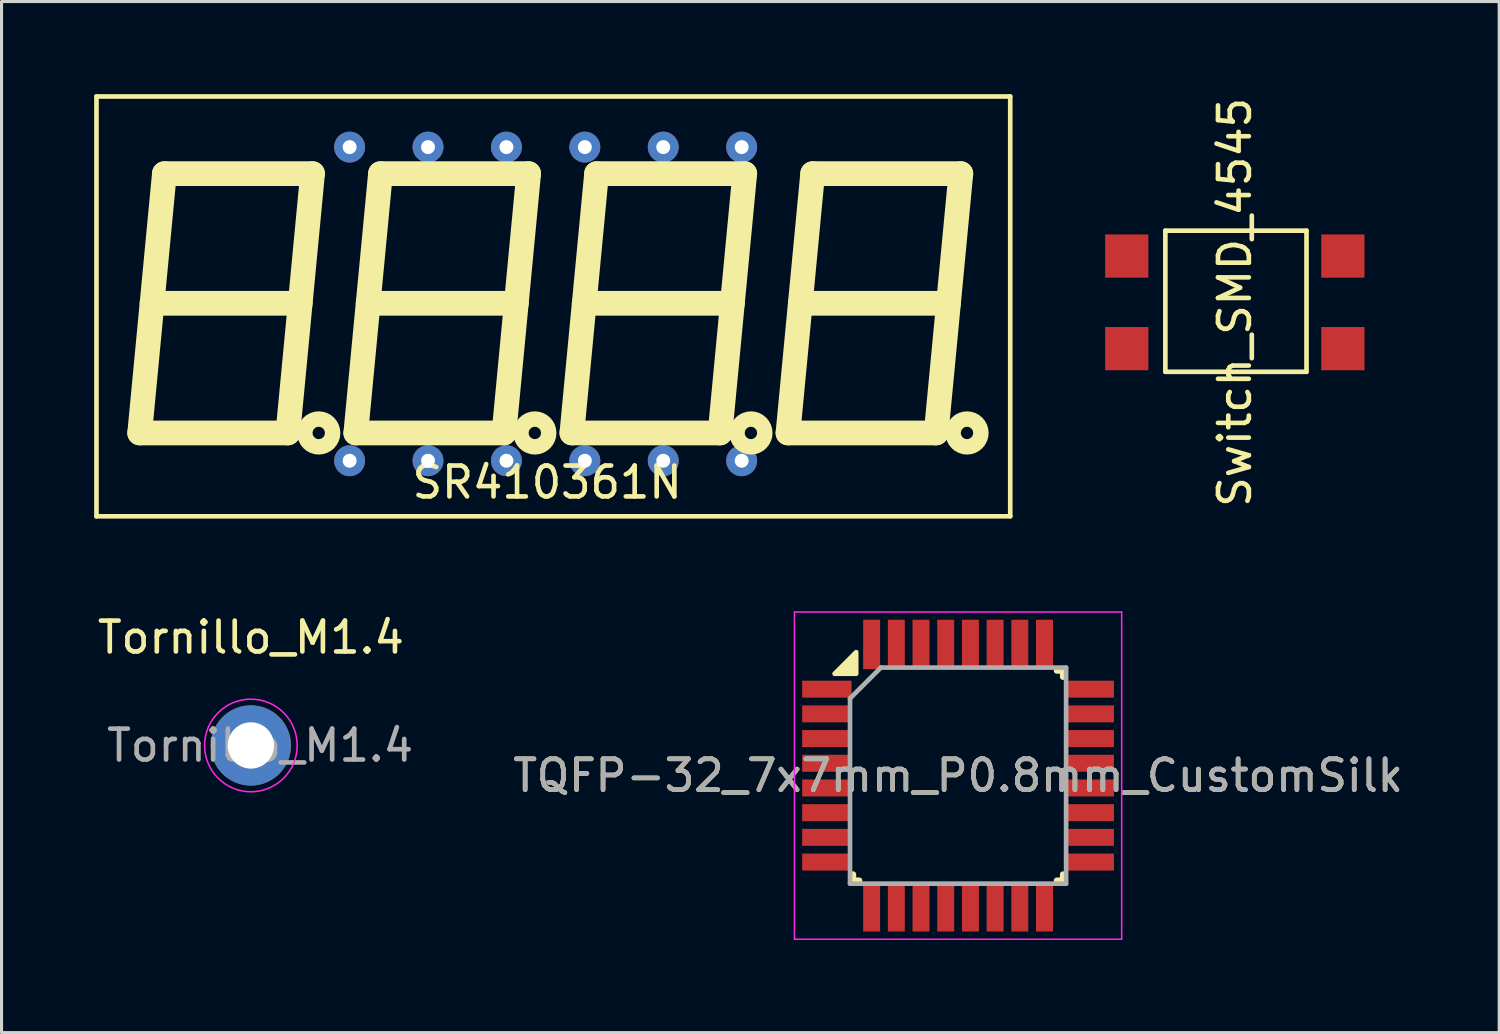
<source format=kicad_pcb>
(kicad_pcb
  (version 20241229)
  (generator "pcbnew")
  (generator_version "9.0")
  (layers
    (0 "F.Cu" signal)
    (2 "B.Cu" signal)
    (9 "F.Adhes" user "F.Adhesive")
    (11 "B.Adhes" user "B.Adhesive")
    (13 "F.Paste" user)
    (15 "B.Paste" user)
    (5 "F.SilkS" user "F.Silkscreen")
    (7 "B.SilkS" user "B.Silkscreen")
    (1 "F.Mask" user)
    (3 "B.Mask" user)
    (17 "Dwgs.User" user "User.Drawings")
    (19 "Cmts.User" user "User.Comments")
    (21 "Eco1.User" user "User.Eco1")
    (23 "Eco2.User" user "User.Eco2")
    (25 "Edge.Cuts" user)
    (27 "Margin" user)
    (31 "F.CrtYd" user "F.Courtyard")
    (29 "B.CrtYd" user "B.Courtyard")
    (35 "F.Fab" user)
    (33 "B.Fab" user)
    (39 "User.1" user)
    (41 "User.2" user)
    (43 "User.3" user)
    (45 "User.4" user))
  (footprint "TQFP-32_7x7mm_P0.8mm_CustomSilk"
    (layer "F.Cu")
    (at 27.985 22.075)
    (property "Reference" "TQFP-32_7x7mm_P0.8mm_CustomSilk" (at 0 0 0) (layer "F.SilkS") (effects (font (size 1 1) (thickness 0.15))))
    (attr smd)
    (fp_line (start -3.4 3.2) (end -3.4 3.4) (stroke (width 0.2) (type solid)) (layer "F.SilkS"))
    (fp_line (start -3.4 3.4) (end -3.2 3.4) (stroke (width 0.2) (type solid)) (layer "F.SilkS"))
    (fp_line (start 3.2 -3.4) (end 3.4 -3.4) (stroke (width 0.2) (type solid)) (layer "F.SilkS"))
    (fp_line (start 3.2 3.4) (end 3.4 3.4) (stroke (width 0.2) (type solid)) (layer "F.SilkS"))
    (fp_line (start 3.4 -3.4) (end 3.4 -3.2) (stroke (width 0.2) (type solid)) (layer "F.SilkS"))
    (fp_line (start 3.4 3.4) (end 3.4 3.2) (stroke (width 0.2) (type solid)) (layer "F.SilkS"))
    (fp_poly (pts (xy -4 -3.3) (xy -3.3 -3.3) (xy -3.3 -4)) (stroke (width 0.15) (type solid)) (fill yes) (layer "F.SilkS"))
    (fp_line (start -5.3 -5.3) (end -5.3 5.3) (stroke (width 0.05) (type solid)) (layer "F.CrtYd"))
    (fp_line (start -5.3 -5.3) (end 5.3 -5.3) (stroke (width 0.05) (type solid)) (layer "F.CrtYd"))
    (fp_line (start -5.3 5.3) (end 5.3 5.3) (stroke (width 0.05) (type solid)) (layer "F.CrtYd"))
    (fp_line (start 5.3 -5.3) (end 5.3 5.3) (stroke (width 0.05) (type solid)) (layer "F.CrtYd"))
    (fp_line (start -3.5 -2.5) (end -2.5 -3.5) (stroke (width 0.15) (type solid)) (layer "F.Fab"))
    (fp_line (start -3.5 3.5) (end -3.5 -2.5) (stroke (width 0.15) (type solid)) (layer "F.Fab"))
    (fp_line (start -2.5 -3.5) (end 3.5 -3.5) (stroke (width 0.15) (type solid)) (layer "F.Fab"))
    (fp_line (start 3.5 -3.5) (end 3.5 3.5) (stroke (width 0.15) (type solid)) (layer "F.Fab"))
    (fp_line (start 3.5 3.5) (end -3.5 3.5) (stroke (width 0.15) (type solid)) (layer "F.Fab"))
    (fp_text user "${REFERENCE}" (at 0 0 0) (layer "F.Fab") (effects (font (size 1 1) (thickness 0.15))))
    (pad "1" smd rect (at -4.25 -2.8) (size 1.6 0.55) (layers "F.Cu" "F.Mask" "F.Paste"))
    (pad "2" smd rect (at -4.25 -2) (size 1.6 0.55) (layers "F.Cu" "F.Mask" "F.Paste"))
    (pad "3" smd rect (at -4.25 -1.2) (size 1.6 0.55) (layers "F.Cu" "F.Mask" "F.Paste"))
    (pad "4" smd rect (at -4.25 -0.4) (size 1.6 0.55) (layers "F.Cu" "F.Mask" "F.Paste"))
    (pad "5" smd rect (at -4.25 0.4) (size 1.6 0.55) (layers "F.Cu" "F.Mask" "F.Paste"))
    (pad "6" smd rect (at -4.25 1.2) (size 1.6 0.55) (layers "F.Cu" "F.Mask" "F.Paste"))
    (pad "7" smd rect (at -4.25 2) (size 1.6 0.55) (layers "F.Cu" "F.Mask" "F.Paste"))
    (pad "8" smd rect (at -4.25 2.8) (size 1.6 0.55) (layers "F.Cu" "F.Mask" "F.Paste"))
    (pad "9" smd rect (at -2.8 4.25 90) (size 1.6 0.55) (layers "F.Cu" "F.Mask" "F.Paste"))
    (pad "10" smd rect (at -2 4.25 90) (size 1.6 0.55) (layers "F.Cu" "F.Mask" "F.Paste"))
    (pad "11" smd rect (at -1.2 4.25 90) (size 1.6 0.55) (layers "F.Cu" "F.Mask" "F.Paste"))
    (pad "12" smd rect (at -0.4 4.25 90) (size 1.6 0.55) (layers "F.Cu" "F.Mask" "F.Paste"))
    (pad "13" smd rect (at 0.4 4.25 90) (size 1.6 0.55) (layers "F.Cu" "F.Mask" "F.Paste"))
    (pad "14" smd rect (at 1.2 4.25 90) (size 1.6 0.55) (layers "F.Cu" "F.Mask" "F.Paste"))
    (pad "15" smd rect (at 2 4.25 90) (size 1.6 0.55) (layers "F.Cu" "F.Mask" "F.Paste"))
    (pad "16" smd rect (at 2.8 4.25 90) (size 1.6 0.55) (layers "F.Cu" "F.Mask" "F.Paste"))
    (pad "17" smd rect (at 4.25 2.8) (size 1.6 0.55) (layers "F.Cu" "F.Mask" "F.Paste"))
    (pad "18" smd rect (at 4.25 2) (size 1.6 0.55) (layers "F.Cu" "F.Mask" "F.Paste"))
    (pad "19" smd rect (at 4.25 1.2) (size 1.6 0.55) (layers "F.Cu" "F.Mask" "F.Paste"))
    (pad "20" smd rect (at 4.25 0.4) (size 1.6 0.55) (layers "F.Cu" "F.Mask" "F.Paste"))
    (pad "21" smd rect (at 4.25 -0.4) (size 1.6 0.55) (layers "F.Cu" "F.Mask" "F.Paste"))
    (pad "22" smd rect (at 4.25 -1.2) (size 1.6 0.55) (layers "F.Cu" "F.Mask" "F.Paste"))
    (pad "23" smd rect (at 4.25 -2) (size 1.6 0.55) (layers "F.Cu" "F.Mask" "F.Paste"))
    (pad "24" smd rect (at 4.25 -2.8) (size 1.6 0.55) (layers "F.Cu" "F.Mask" "F.Paste"))
    (pad "25" smd rect (at 2.8 -4.25 90) (size 1.6 0.55) (layers "F.Cu" "F.Mask" "F.Paste"))
    (pad "26" smd rect (at 2 -4.25 90) (size 1.6 0.55) (layers "F.Cu" "F.Mask" "F.Paste"))
    (pad "27" smd rect (at 1.2 -4.25 90) (size 1.6 0.55) (layers "F.Cu" "F.Mask" "F.Paste"))
    (pad "28" smd rect (at 0.4 -4.25 90) (size 1.6 0.55) (layers "F.Cu" "F.Mask" "F.Paste"))
    (pad "29" smd rect (at -0.4 -4.25 90) (size 1.6 0.55) (layers "F.Cu" "F.Mask" "F.Paste"))
    (pad "30" smd rect (at -1.2 -4.25 90) (size 1.6 0.55) (layers "F.Cu" "F.Mask" "F.Paste"))
    (pad "31" smd rect (at -2 -4.25 90) (size 1.6 0.55) (layers "F.Cu" "F.Mask" "F.Paste"))
    (pad "32" smd rect (at -2.8 -4.25 90) (size 1.6 0.55) (layers "F.Cu" "F.Mask" "F.Paste")))
  (footprint "SR410361N"
    (layer "F.Cu")
    (at 14.675 6.775)
    (property "Reference" "SR410361N" (at 0 5.8 0) (layer "F.SilkS") (effects (font (size 1 1) (thickness 0.15))))
    (attr through_hole)
    (fp_line (start -14.6 -6.7) (end 15 -6.7) (stroke (width 0.15) (type solid)) (layer "F.SilkS"))
    (fp_line (start -14.6 6.9) (end -14.6 -6.7) (stroke (width 0.15) (type solid)) (layer "F.SilkS"))
    (fp_line (start -13.2 4.2) (end -8.4 4.2) (stroke (width 0.8) (type solid)) (layer "F.SilkS"))
    (fp_line (start -12.8 0) (end -8 0) (stroke (width 0.8) (type solid)) (layer "F.SilkS"))
    (fp_line (start -12.4 -4.2) (end -13.2 4.2) (stroke (width 0.8) (type solid)) (layer "F.SilkS"))
    (fp_line (start -8.4 4.2) (end -7.6 -4.2) (stroke (width 0.8) (type solid)) (layer "F.SilkS"))
    (fp_line (start -7.6 -4.2) (end -12.4 -4.2) (stroke (width 0.8) (type solid)) (layer "F.SilkS"))
    (fp_line (start -6.2 4.2) (end -1.4 4.2) (stroke (width 0.8) (type solid)) (layer "F.SilkS"))
    (fp_line (start -5.8 0) (end -1 0) (stroke (width 0.8) (type solid)) (layer "F.SilkS"))
    (fp_line (start -5.4 -4.2) (end -6.2 4.2) (stroke (width 0.8) (type solid)) (layer "F.SilkS"))
    (fp_line (start -1.4 4.2) (end -0.6 -4.2) (stroke (width 0.8) (type solid)) (layer "F.SilkS"))
    (fp_line (start -0.6 -4.2) (end -5.4 -4.2) (stroke (width 0.8) (type solid)) (layer "F.SilkS"))
    (fp_line (start 0.8 4.2) (end 5.6 4.2) (stroke (width 0.8) (type solid)) (layer "F.SilkS"))
    (fp_line (start 1.2 0) (end 6 0) (stroke (width 0.8) (type solid)) (layer "F.SilkS"))
    (fp_line (start 1.6 -4.2) (end 0.8 4.2) (stroke (width 0.8) (type solid)) (layer "F.SilkS"))
    (fp_line (start 5.6 4.2) (end 6.4 -4.2) (stroke (width 0.8) (type solid)) (layer "F.SilkS"))
    (fp_line (start 6.4 -4.2) (end 1.6 -4.2) (stroke (width 0.8) (type solid)) (layer "F.SilkS"))
    (fp_line (start 7.8 4.2) (end 12.6 4.2) (stroke (width 0.8) (type solid)) (layer "F.SilkS"))
    (fp_line (start 8.2 0) (end 13 0) (stroke (width 0.8) (type solid)) (layer "F.SilkS"))
    (fp_line (start 8.6 -4.2) (end 7.8 4.2) (stroke (width 0.8) (type solid)) (layer "F.SilkS"))
    (fp_line (start 12.6 4.2) (end 13.4 -4.2) (stroke (width 0.8) (type solid)) (layer "F.SilkS"))
    (fp_line (start 13.4 -4.2) (end 8.6 -4.2) (stroke (width 0.8) (type solid)) (layer "F.SilkS"))
    (fp_line (start 15 -6.7) (end 15 6.9) (stroke (width 0.15) (type solid)) (layer "F.SilkS"))
    (fp_line (start 15 6.9) (end -14.6 6.9) (stroke (width 0.15) (type solid)) (layer "F.SilkS"))
    (fp_circle (center -7.4 4.2) (end -7.2 4.2) (stroke (width 0.5) (type solid)) (fill no) (layer "F.SilkS"))
    (fp_circle (center -0.4 4.2) (end -0.2 4.2) (stroke (width 0.5) (type solid)) (fill no) (layer "F.SilkS"))
    (fp_circle (center 6.6 4.2) (end 6.8 4.2) (stroke (width 0.5) (type solid)) (fill no) (layer "F.SilkS"))
    (fp_circle (center 13.6 4.2) (end 13.8 4.2) (stroke (width 0.5) (type solid)) (fill no) (layer "F.SilkS"))
    (pad "1" thru_hole circle (at -6.4 5.1) (size 1 1) (drill 0.45) (layers "*.Cu" "*.Mask"))
    (pad "2" thru_hole circle (at -3.86 5.1) (size 1 1) (drill 0.45) (layers "*.Cu" "*.Mask"))
    (pad "3" thru_hole circle (at -1.32 5.1) (size 1 1) (drill 0.45) (layers "*.Cu" "*.Mask"))
    (pad "4" thru_hole circle (at 1.22 5.1) (size 1 1) (drill 0.45) (layers "*.Cu" "*.Mask"))
    (pad "5" thru_hole circle (at 3.76 5.1) (size 1 1) (drill 0.45) (layers "*.Cu" "*.Mask"))
    (pad "6" thru_hole circle (at 6.3 5.1) (size 1 1) (drill 0.45) (layers "*.Cu" "*.Mask"))
    (pad "7" thru_hole circle (at 6.3 -5.06) (size 1 1) (drill 0.45) (layers "*.Cu" "*.Mask"))
    (pad "8" thru_hole circle (at 3.76 -5.06) (size 1 1) (drill 0.45) (layers "*.Cu" "*.Mask"))
    (pad "9" thru_hole circle (at 1.22 -5.06) (size 1 1) (drill 0.45) (layers "*.Cu" "*.Mask"))
    (pad "10" thru_hole circle (at -1.32 -5.06) (size 1 1) (drill 0.45) (layers "*.Cu" "*.Mask"))
    (pad "11" thru_hole circle (at -3.86 -5.06) (size 1 1) (drill 0.45) (layers "*.Cu" "*.Mask"))
    (pad "12" thru_hole circle (at -6.4 -5.06) (size 1 1) (drill 0.45) (layers "*.Cu" "*.Mask")))
  (footprint "Switch_SMD_4545"
    (layer "F.Cu")
    (at 36.95 6.744)
    (property "Reference" "Switch_SMD_4545" (at 0 0 90) (layer "F.SilkS") (effects (font (size 1 1) (thickness 0.15))))
    (attr through_hole)
    (fp_line (start -2.25 -2.322) (end 2.322 -2.322) (stroke (width 0.15) (type solid)) (layer "F.SilkS"))
    (fp_line (start -2.25 2.25) (end -2.25 -2.322) (stroke (width 0.15) (type solid)) (layer "F.SilkS"))
    (fp_line (start 2.322 -2.322) (end 2.322 2.25) (stroke (width 0.15) (type solid)) (layer "F.SilkS"))
    (fp_line (start 2.322 2.25) (end -2.25 2.25) (stroke (width 0.15) (type solid)) (layer "F.SilkS"))
    (pad "1" smd rect (at 3.5 -1.5) (size 1.4 1.4) (layers "F.Cu" "F.Mask" "F.Paste"))
    (pad "2" smd rect (at -3.5 1.5) (size 1.4 1.4) (layers "F.Cu" "F.Mask" "F.Paste"))
    (pad "~" smd rect (at -3.5 -1.5) (size 1.4 1.4) (layers "F.Cu" "F.Mask" "F.Paste"))
    (pad "~" smd rect (at 3.5 1.5) (size 1.4 1.4) (layers "F.Cu" "F.Mask" "F.Paste")))
  (footprint "Tornillo_M1.4"
    (layer "F.Cu")
    (at 5.077 21.098)
    (property "Reference" "Tornillo_M1.4" (at 0 -3.5 0) (layer "F.SilkS") (effects (font (size 1 1) (thickness 0.15))))
    (attr exclude_from_pos_files exclude_from_bom)
    (fp_circle (center 0 0) (end 1.5 0) (stroke (width 0.05) (type solid)) (fill no) (layer "F.CrtYd"))
    (fp_text user "${REFERENCE}" (at 0.3 0 0) (layer "F.Fab") (effects (font (size 1 1) (thickness 0.15))))
    (pad "" np_thru_hole circle (at 0 0) (size 2.6 2.6) (drill 1.5) (layers "*.Cu" "*.Mask")))
  (gr_rect
    (start -3 -3)
    (end 45.514 30.4)
    (stroke (width 0.1) (type default))
    (fill no)
    (layer "Edge.Cuts")))
</source>
